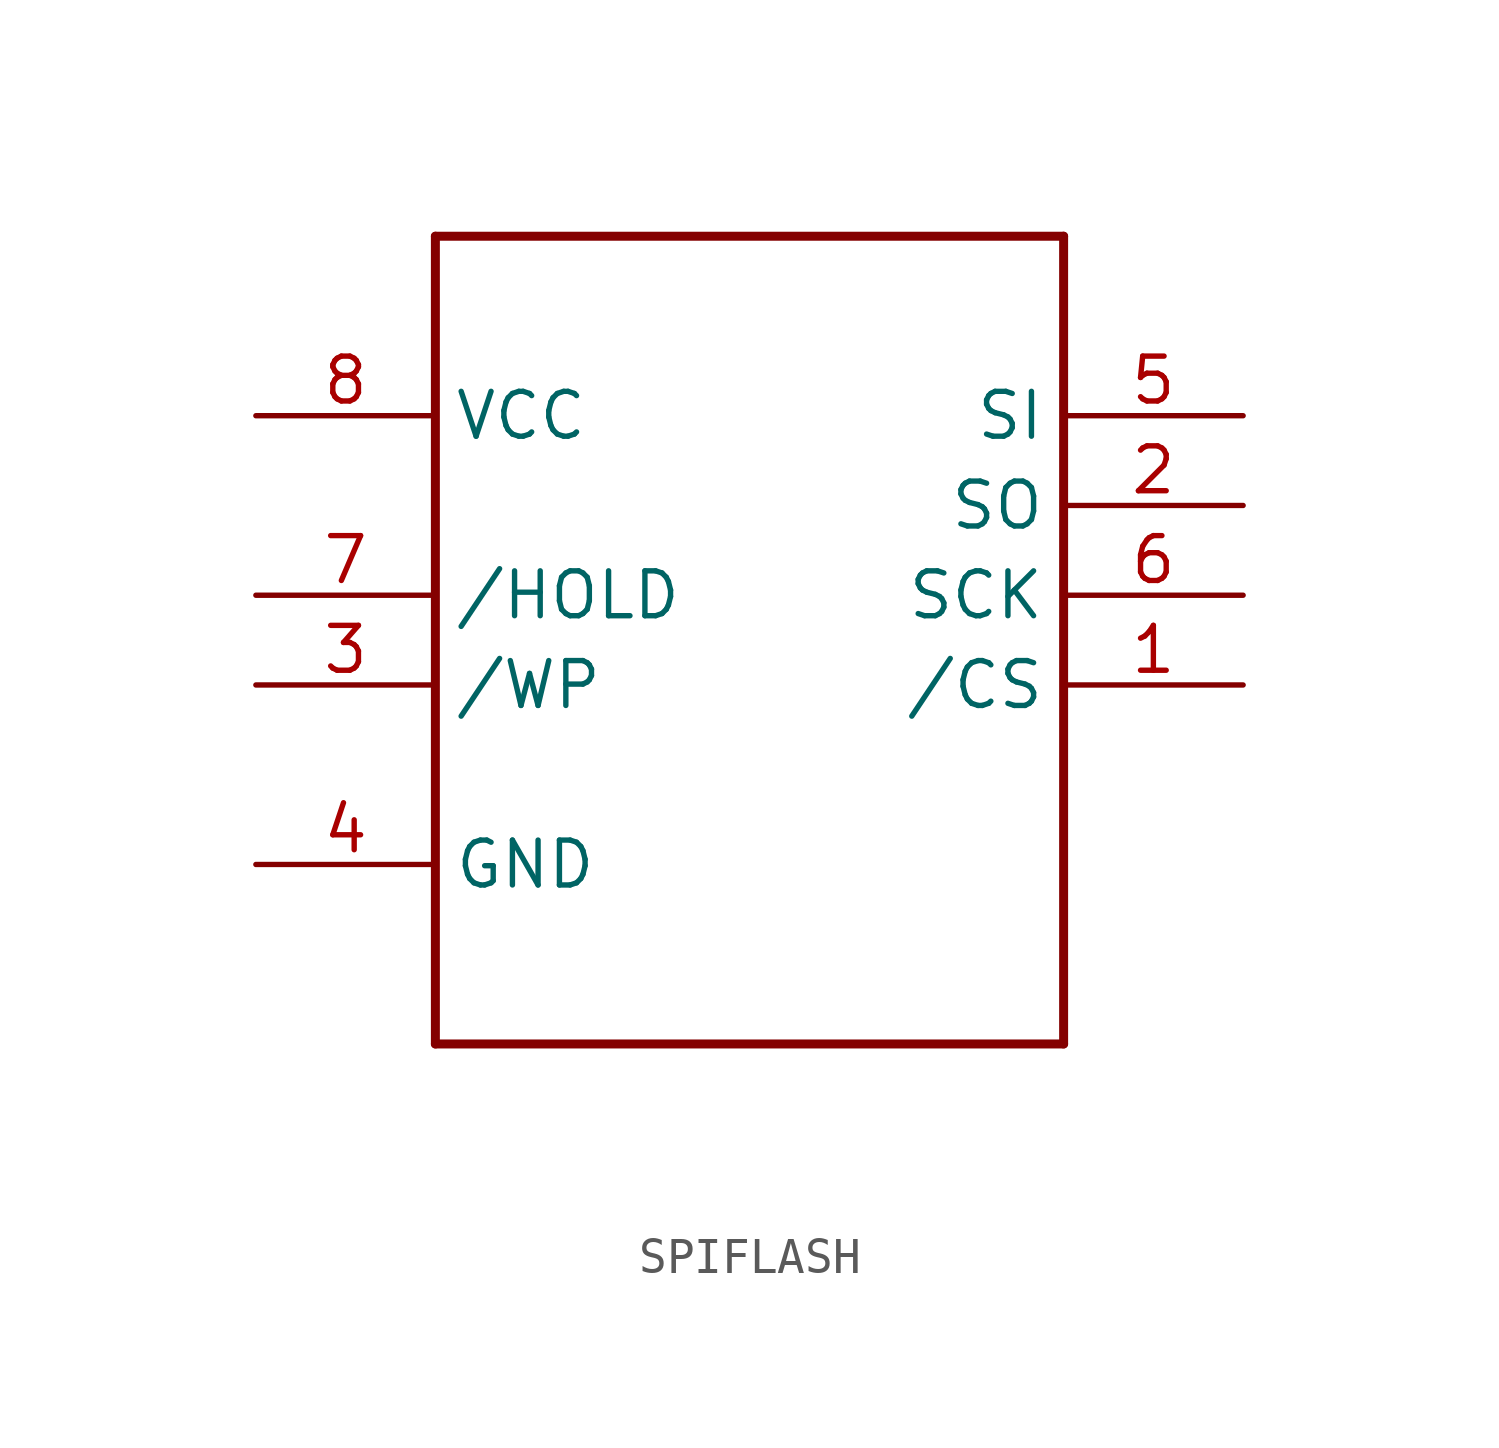
<source format=kicad_sym>
(kicad_symbol_lib
  (version 20231120)
  (generator "kicad_symbol_editor")
  (generator_version "8.0")
  (symbol "SPIFLASH"
    (property "Reference" ""
      (at -5.08 10.16 0)
      (effects (font (size 1.778 1.511)) (justify left bottom) (hide yes)))
    (property "Value" ""
      (at -5.08 -15.24 0)
      (effects (font (size 1.778 1.511)) (justify left bottom)))
    (property "ki_locked" ""
      (at 0 0 0)
      (effects (font (size 1.27 1.27))))
    (symbol "SPIFLASH_1_0"
      (polyline (pts (xy -10.16 -12.7) (xy -10.16 10.16)) (stroke (width 0.254) (type solid)) (fill (type none)))
      (polyline (pts (xy -10.16 10.16) (xy 7.62 10.16)) (stroke (width 0.254) (type solid)) (fill (type none)))
      (polyline (pts (xy 7.62 -12.7) (xy -10.16 -12.7)) (stroke (width 0.254) (type solid)) (fill (type none)))
      (polyline (pts (xy 7.62 10.16) (xy 7.62 -12.7)) (stroke (width 0.254) (type solid)) (fill (type none)))
      (pin bidirectional line (at 12.7 -2.54 180) (length 5.08) (name "/CS" (effects (font (size 1.27 1.27)))) (number "1" (effects (font (size 1.27 1.27)))))
      (pin bidirectional line (at 12.7 2.54 180) (length 5.08) (name "SO" (effects (font (size 1.27 1.27)))) (number "2" (effects (font (size 1.27 1.27)))))
      (pin bidirectional line (at -15.24 -2.54 0) (length 5.08) (name "/WP" (effects (font (size 1.27 1.27)))) (number "3" (effects (font (size 1.27 1.27)))))
      (pin bidirectional line (at -15.24 -7.62 0) (length 5.08) (name "GND" (effects (font (size 1.27 1.27)))) (number "4" (effects (font (size 1.27 1.27)))))
      (pin bidirectional line (at 12.7 5.08 180) (length 5.08) (name "SI" (effects (font (size 1.27 1.27)))) (number "5" (effects (font (size 1.27 1.27)))))
      (pin bidirectional line (at 12.7 0 180) (length 5.08) (name "SCK" (effects (font (size 1.27 1.27)))) (number "6" (effects (font (size 1.27 1.27)))))
      (pin bidirectional line (at -15.24 0 0) (length 5.08) (name "/HOLD" (effects (font (size 1.27 1.27)))) (number "7" (effects (font (size 1.27 1.27)))))
      (pin bidirectional line (at -15.24 5.08 0) (length 5.08) (name "VCC" (effects (font (size 1.27 1.27)))) (number "8" (effects (font (size 1.27 1.27))))))))
</source>
